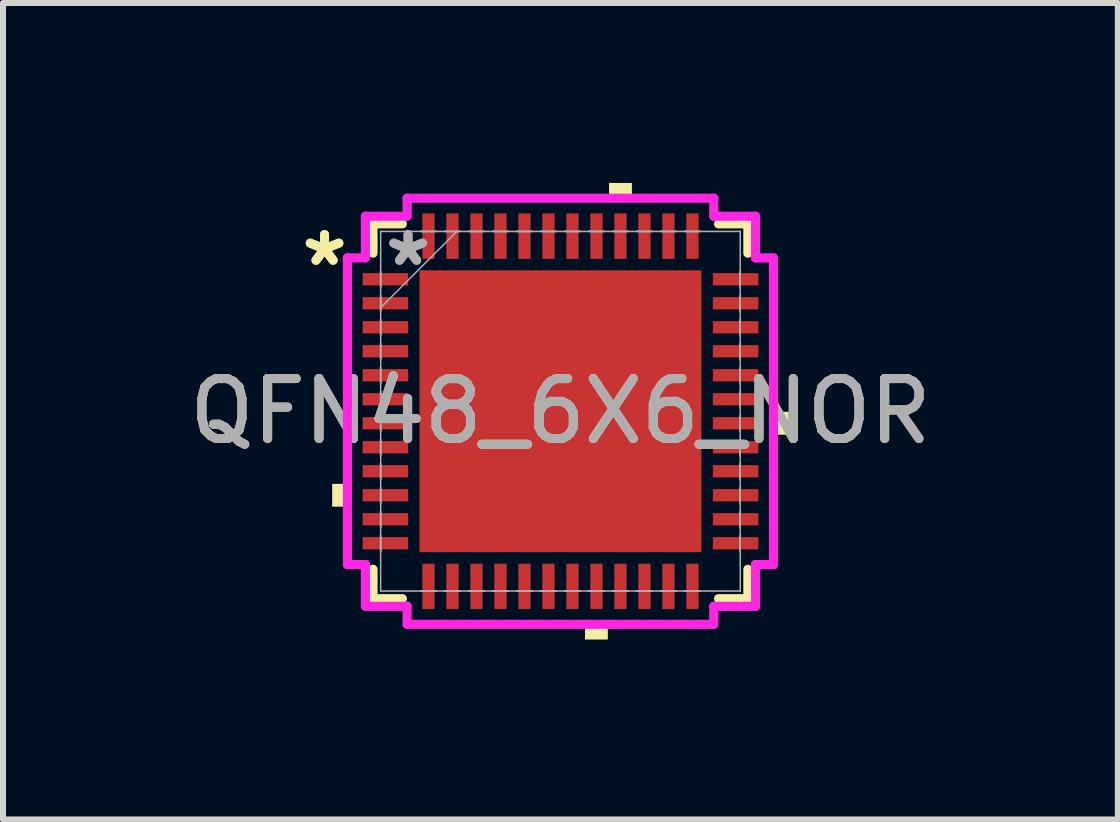
<source format=kicad_pcb>
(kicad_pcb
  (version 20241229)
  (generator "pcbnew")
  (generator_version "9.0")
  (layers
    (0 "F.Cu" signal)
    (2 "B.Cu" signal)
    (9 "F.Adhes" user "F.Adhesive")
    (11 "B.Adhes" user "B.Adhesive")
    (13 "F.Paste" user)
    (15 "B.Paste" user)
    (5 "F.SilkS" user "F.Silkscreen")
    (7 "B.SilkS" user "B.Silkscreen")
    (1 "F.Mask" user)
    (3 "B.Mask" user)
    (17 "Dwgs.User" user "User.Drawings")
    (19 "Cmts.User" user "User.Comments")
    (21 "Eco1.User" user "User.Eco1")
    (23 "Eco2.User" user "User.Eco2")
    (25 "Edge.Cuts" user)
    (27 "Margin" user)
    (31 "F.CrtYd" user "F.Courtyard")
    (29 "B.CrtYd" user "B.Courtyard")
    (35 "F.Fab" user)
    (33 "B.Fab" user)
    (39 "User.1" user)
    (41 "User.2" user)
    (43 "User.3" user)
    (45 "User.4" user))
  (footprint "QFN48_6X6_NOR"
    (layer "F.Cu")
    (at 6.292 3.805)
    (property "Reference" "QFN48_6X6_NOR" (at 0 0 0) (unlocked yes) (layer "F.SilkS") (effects (font (size 1 1) (thickness 0.15))))
    (attr smd)
    (fp_line (start -3.124 -3.124) (end -3.124 -2.635) (stroke (width 0.152) (type solid)) (layer "F.SilkS"))
    (fp_line (start -3.124 2.635) (end -3.124 3.124) (stroke (width 0.152) (type solid)) (layer "F.SilkS"))
    (fp_line (start -3.124 3.124) (end -2.635 3.124) (stroke (width 0.152) (type solid)) (layer "F.SilkS"))
    (fp_line (start -2.635 -3.124) (end -3.124 -3.124) (stroke (width 0.152) (type solid)) (layer "F.SilkS"))
    (fp_line (start 2.635 3.124) (end 3.124 3.124) (stroke (width 0.152) (type solid)) (layer "F.SilkS"))
    (fp_line (start 3.124 -3.124) (end 2.635 -3.124) (stroke (width 0.152) (type solid)) (layer "F.SilkS"))
    (fp_line (start 3.124 -2.635) (end 3.124 -3.124) (stroke (width 0.152) (type solid)) (layer "F.SilkS"))
    (fp_line (start 3.124 3.124) (end 3.124 2.635) (stroke (width 0.152) (type solid)) (layer "F.SilkS"))
    (fp_poly (pts (xy -3.805 1.21) (xy -3.805 1.591) (xy -3.551 1.591) (xy -3.551 1.21)) (stroke (width 0) (type solid)) (fill yes) (layer "F.SilkS"))
    (fp_poly (pts (xy 0.409 3.551) (xy 0.409 3.805) (xy 0.79 3.805) (xy 0.79 3.551)) (stroke (width 0) (type solid)) (fill yes) (layer "F.SilkS"))
    (fp_poly (pts (xy 0.81 -3.551) (xy 0.81 -3.805) (xy 1.191 -3.805) (xy 1.191 -3.551)) (stroke (width 0) (type solid)) (fill yes) (layer "F.SilkS"))
    (fp_poly (pts (xy 3.805 0.009) (xy 3.805 0.391) (xy 3.551 0.391) (xy 3.551 0.009)) (stroke (width 0) (type solid)) (fill yes) (layer "F.SilkS"))
    (fp_poly (pts (xy -2.249 -2.249) (xy -2.249 -0.883) (xy -0.883 -0.883) (xy -0.883 -2.249)) (stroke (width 0) (type solid)) (fill yes) (layer "F.Paste"))
    (fp_poly (pts (xy -2.249 -0.683) (xy -2.249 0.683) (xy -0.883 0.683) (xy -0.883 -0.683)) (stroke (width 0) (type solid)) (fill yes) (layer "F.Paste"))
    (fp_poly (pts (xy -2.249 0.883) (xy -2.249 2.249) (xy -0.883 2.249) (xy -0.883 0.883)) (stroke (width 0) (type solid)) (fill yes) (layer "F.Paste"))
    (fp_poly (pts (xy -0.683 -2.249) (xy -0.683 -0.883) (xy 0.683 -0.883) (xy 0.683 -2.249)) (stroke (width 0) (type solid)) (fill yes) (layer "F.Paste"))
    (fp_poly (pts (xy -0.683 -0.683) (xy -0.683 0.683) (xy 0.683 0.683) (xy 0.683 -0.683)) (stroke (width 0) (type solid)) (fill yes) (layer "F.Paste"))
    (fp_poly (pts (xy -0.683 0.883) (xy -0.683 2.249) (xy 0.683 2.249) (xy 0.683 0.883)) (stroke (width 0) (type solid)) (fill yes) (layer "F.Paste"))
    (fp_poly (pts (xy 0.883 -2.249) (xy 0.883 -0.883) (xy 2.249 -0.883) (xy 2.249 -2.249)) (stroke (width 0) (type solid)) (fill yes) (layer "F.Paste"))
    (fp_poly (pts (xy 0.883 -0.683) (xy 0.883 0.683) (xy 2.249 0.683) (xy 2.249 -0.683)) (stroke (width 0) (type solid)) (fill yes) (layer "F.Paste"))
    (fp_poly (pts (xy 0.883 0.883) (xy 0.883 2.249) (xy 2.249 2.249) (xy 2.249 0.883)) (stroke (width 0) (type solid)) (fill yes) (layer "F.Paste"))
    (fp_line (start -3.551 -2.556) (end -3.251 -2.556) (stroke (width 0.152) (type solid)) (layer "F.CrtYd"))
    (fp_line (start -3.551 2.556) (end -3.551 -2.556) (stroke (width 0.152) (type solid)) (layer "F.CrtYd"))
    (fp_line (start -3.251 -3.251) (end -2.556 -3.251) (stroke (width 0.152) (type solid)) (layer "F.CrtYd"))
    (fp_line (start -3.251 -2.556) (end -3.251 -3.251) (stroke (width 0.152) (type solid)) (layer "F.CrtYd"))
    (fp_line (start -3.251 2.556) (end -3.551 2.556) (stroke (width 0.152) (type solid)) (layer "F.CrtYd"))
    (fp_line (start -3.251 3.251) (end -3.251 2.556) (stroke (width 0.152) (type solid)) (layer "F.CrtYd"))
    (fp_line (start -2.556 -3.551) (end 2.556 -3.551) (stroke (width 0.152) (type solid)) (layer "F.CrtYd"))
    (fp_line (start -2.556 -3.251) (end -2.556 -3.551) (stroke (width 0.152) (type solid)) (layer "F.CrtYd"))
    (fp_line (start -2.556 3.251) (end -3.251 3.251) (stroke (width 0.152) (type solid)) (layer "F.CrtYd"))
    (fp_line (start -2.556 3.551) (end -2.556 3.251) (stroke (width 0.152) (type solid)) (layer "F.CrtYd"))
    (fp_line (start 2.556 -3.551) (end 2.556 -3.251) (stroke (width 0.152) (type solid)) (layer "F.CrtYd"))
    (fp_line (start 2.556 -3.251) (end 3.251 -3.251) (stroke (width 0.152) (type solid)) (layer "F.CrtYd"))
    (fp_line (start 2.556 3.251) (end 2.556 3.551) (stroke (width 0.152) (type solid)) (layer "F.CrtYd"))
    (fp_line (start 2.556 3.551) (end -2.556 3.551) (stroke (width 0.152) (type solid)) (layer "F.CrtYd"))
    (fp_line (start 3.251 -3.251) (end 3.251 -2.556) (stroke (width 0.152) (type solid)) (layer "F.CrtYd"))
    (fp_line (start 3.251 -2.556) (end 3.551 -2.556) (stroke (width 0.152) (type solid)) (layer "F.CrtYd"))
    (fp_line (start 3.251 2.556) (end 3.251 3.251) (stroke (width 0.152) (type solid)) (layer "F.CrtYd"))
    (fp_line (start 3.251 3.251) (end 2.556 3.251) (stroke (width 0.152) (type solid)) (layer "F.CrtYd"))
    (fp_line (start 3.551 -2.556) (end 3.551 2.556) (stroke (width 0.152) (type solid)) (layer "F.CrtYd"))
    (fp_line (start 3.551 2.556) (end 3.251 2.556) (stroke (width 0.152) (type solid)) (layer "F.CrtYd"))
    (fp_line (start -2.997 -2.997) (end -2.997 -2.997) (stroke (width 0.025) (type solid)) (layer "F.Fab"))
    (fp_line (start -2.997 -2.997) (end -2.997 2.997) (stroke (width 0.025) (type solid)) (layer "F.Fab"))
    (fp_line (start -2.997 -2.327) (end -2.997 -2.327) (stroke (width 0.025) (type solid)) (layer "F.Fab"))
    (fp_line (start -2.997 -2.327) (end -2.997 -2.073) (stroke (width 0.025) (type solid)) (layer "F.Fab"))
    (fp_line (start -2.997 -2.073) (end -2.997 -2.327) (stroke (width 0.025) (type solid)) (layer "F.Fab"))
    (fp_line (start -2.997 -2.073) (end -2.997 -2.073) (stroke (width 0.025) (type solid)) (layer "F.Fab"))
    (fp_line (start -2.997 -1.927) (end -2.997 -1.927) (stroke (width 0.025) (type solid)) (layer "F.Fab"))
    (fp_line (start -2.997 -1.927) (end -2.997 -1.673) (stroke (width 0.025) (type solid)) (layer "F.Fab"))
    (fp_line (start -2.997 -1.727) (end -1.727 -2.997) (stroke (width 0.025) (type solid)) (layer "F.Fab"))
    (fp_line (start -2.997 -1.673) (end -2.997 -1.927) (stroke (width 0.025) (type solid)) (layer "F.Fab"))
    (fp_line (start -2.997 -1.673) (end -2.997 -1.673) (stroke (width 0.025) (type solid)) (layer "F.Fab"))
    (fp_line (start -2.997 -1.527) (end -2.997 -1.527) (stroke (width 0.025) (type solid)) (layer "F.Fab"))
    (fp_line (start -2.997 -1.527) (end -2.997 -1.273) (stroke (width 0.025) (type solid)) (layer "F.Fab"))
    (fp_line (start -2.997 -1.273) (end -2.997 -1.527) (stroke (width 0.025) (type solid)) (layer "F.Fab"))
    (fp_line (start -2.997 -1.273) (end -2.997 -1.273) (stroke (width 0.025) (type solid)) (layer "F.Fab"))
    (fp_line (start -2.997 -1.127) (end -2.997 -1.127) (stroke (width 0.025) (type solid)) (layer "F.Fab"))
    (fp_line (start -2.997 -1.127) (end -2.997 -0.873) (stroke (width 0.025) (type solid)) (layer "F.Fab"))
    (fp_line (start -2.997 -0.873) (end -2.997 -1.127) (stroke (width 0.025) (type solid)) (layer "F.Fab"))
    (fp_line (start -2.997 -0.873) (end -2.997 -0.873) (stroke (width 0.025) (type solid)) (layer "F.Fab"))
    (fp_line (start -2.997 -0.727) (end -2.997 -0.727) (stroke (width 0.025) (type solid)) (layer "F.Fab"))
    (fp_line (start -2.997 -0.727) (end -2.997 -0.473) (stroke (width 0.025) (type solid)) (layer "F.Fab"))
    (fp_line (start -2.997 -0.473) (end -2.997 -0.727) (stroke (width 0.025) (type solid)) (layer "F.Fab"))
    (fp_line (start -2.997 -0.473) (end -2.997 -0.473) (stroke (width 0.025) (type solid)) (layer "F.Fab"))
    (fp_line (start -2.997 -0.327) (end -2.997 -0.327) (stroke (width 0.025) (type solid)) (layer "F.Fab"))
    (fp_line (start -2.997 -0.327) (end -2.997 -0.073) (stroke (width 0.025) (type solid)) (layer "F.Fab"))
    (fp_line (start -2.997 -0.073) (end -2.997 -0.327) (stroke (width 0.025) (type solid)) (layer "F.Fab"))
    (fp_line (start -2.997 -0.073) (end -2.997 -0.073) (stroke (width 0.025) (type solid)) (layer "F.Fab"))
    (fp_line (start -2.997 0.073) (end -2.997 0.073) (stroke (width 0.025) (type solid)) (layer "F.Fab"))
    (fp_line (start -2.997 0.073) (end -2.997 0.327) (stroke (width 0.025) (type solid)) (layer "F.Fab"))
    (fp_line (start -2.997 0.327) (end -2.997 0.073) (stroke (width 0.025) (type solid)) (layer "F.Fab"))
    (fp_line (start -2.997 0.327) (end -2.997 0.327) (stroke (width 0.025) (type solid)) (layer "F.Fab"))
    (fp_line (start -2.997 0.473) (end -2.997 0.473) (stroke (width 0.025) (type solid)) (layer "F.Fab"))
    (fp_line (start -2.997 0.473) (end -2.997 0.727) (stroke (width 0.025) (type solid)) (layer "F.Fab"))
    (fp_line (start -2.997 0.727) (end -2.997 0.473) (stroke (width 0.025) (type solid)) (layer "F.Fab"))
    (fp_line (start -2.997 0.727) (end -2.997 0.727) (stroke (width 0.025) (type solid)) (layer "F.Fab"))
    (fp_line (start -2.997 0.873) (end -2.997 0.873) (stroke (width 0.025) (type solid)) (layer "F.Fab"))
    (fp_line (start -2.997 0.873) (end -2.997 1.127) (stroke (width 0.025) (type solid)) (layer "F.Fab"))
    (fp_line (start -2.997 1.127) (end -2.997 0.873) (stroke (width 0.025) (type solid)) (layer "F.Fab"))
    (fp_line (start -2.997 1.127) (end -2.997 1.127) (stroke (width 0.025) (type solid)) (layer "F.Fab"))
    (fp_line (start -2.997 1.273) (end -2.997 1.273) (stroke (width 0.025) (type solid)) (layer "F.Fab"))
    (fp_line (start -2.997 1.273) (end -2.997 1.527) (stroke (width 0.025) (type solid)) (layer "F.Fab"))
    (fp_line (start -2.997 1.527) (end -2.997 1.273) (stroke (width 0.025) (type solid)) (layer "F.Fab"))
    (fp_line (start -2.997 1.527) (end -2.997 1.527) (stroke (width 0.025) (type solid)) (layer "F.Fab"))
    (fp_line (start -2.997 1.673) (end -2.997 1.673) (stroke (width 0.025) (type solid)) (layer "F.Fab"))
    (fp_line (start -2.997 1.673) (end -2.997 1.927) (stroke (width 0.025) (type solid)) (layer "F.Fab"))
    (fp_line (start -2.997 1.927) (end -2.997 1.673) (stroke (width 0.025) (type solid)) (layer "F.Fab"))
    (fp_line (start -2.997 1.927) (end -2.997 1.927) (stroke (width 0.025) (type solid)) (layer "F.Fab"))
    (fp_line (start -2.997 2.073) (end -2.997 2.073) (stroke (width 0.025) (type solid)) (layer "F.Fab"))
    (fp_line (start -2.997 2.073) (end -2.997 2.327) (stroke (width 0.025) (type solid)) (layer "F.Fab"))
    (fp_line (start -2.997 2.327) (end -2.997 2.073) (stroke (width 0.025) (type solid)) (layer "F.Fab"))
    (fp_line (start -2.997 2.327) (end -2.997 2.327) (stroke (width 0.025) (type solid)) (layer "F.Fab"))
    (fp_line (start -2.997 2.997) (end -2.997 2.997) (stroke (width 0.025) (type solid)) (layer "F.Fab"))
    (fp_line (start -2.997 2.997) (end 2.997 2.997) (stroke (width 0.025) (type solid)) (layer "F.Fab"))
    (fp_line (start -2.327 -2.997) (end -2.327 -2.997) (stroke (width 0.025) (type solid)) (layer "F.Fab"))
    (fp_line (start -2.327 -2.997) (end -2.073 -2.997) (stroke (width 0.025) (type solid)) (layer "F.Fab"))
    (fp_line (start -2.327 2.997) (end -2.327 2.997) (stroke (width 0.025) (type solid)) (layer "F.Fab"))
    (fp_line (start -2.327 2.997) (end -2.073 2.997) (stroke (width 0.025) (type solid)) (layer "F.Fab"))
    (fp_line (start -2.073 -2.997) (end -2.327 -2.997) (stroke (width 0.025) (type solid)) (layer "F.Fab"))
    (fp_line (start -2.073 -2.997) (end -2.073 -2.997) (stroke (width 0.025) (type solid)) (layer "F.Fab"))
    (fp_line (start -2.073 2.997) (end -2.327 2.997) (stroke (width 0.025) (type solid)) (layer "F.Fab"))
    (fp_line (start -2.073 2.997) (end -2.073 2.997) (stroke (width 0.025) (type solid)) (layer "F.Fab"))
    (fp_line (start -1.927 -2.997) (end -1.927 -2.997) (stroke (width 0.025) (type solid)) (layer "F.Fab"))
    (fp_line (start -1.927 -2.997) (end -1.673 -2.997) (stroke (width 0.025) (type solid)) (layer "F.Fab"))
    (fp_line (start -1.927 2.997) (end -1.927 2.997) (stroke (width 0.025) (type solid)) (layer "F.Fab"))
    (fp_line (start -1.927 2.997) (end -1.673 2.997) (stroke (width 0.025) (type solid)) (layer "F.Fab"))
    (fp_line (start -1.673 -2.997) (end -1.927 -2.997) (stroke (width 0.025) (type solid)) (layer "F.Fab"))
    (fp_line (start -1.673 -2.997) (end -1.673 -2.997) (stroke (width 0.025) (type solid)) (layer "F.Fab"))
    (fp_line (start -1.673 2.997) (end -1.927 2.997) (stroke (width 0.025) (type solid)) (layer "F.Fab"))
    (fp_line (start -1.673 2.997) (end -1.673 2.997) (stroke (width 0.025) (type solid)) (layer "F.Fab"))
    (fp_line (start -1.527 -2.997) (end -1.527 -2.997) (stroke (width 0.025) (type solid)) (layer "F.Fab"))
    (fp_line (start -1.527 -2.997) (end -1.273 -2.997) (stroke (width 0.025) (type solid)) (layer "F.Fab"))
    (fp_line (start -1.527 2.997) (end -1.527 2.997) (stroke (width 0.025) (type solid)) (layer "F.Fab"))
    (fp_line (start -1.527 2.997) (end -1.273 2.997) (stroke (width 0.025) (type solid)) (layer "F.Fab"))
    (fp_line (start -1.273 -2.997) (end -1.527 -2.997) (stroke (width 0.025) (type solid)) (layer "F.Fab"))
    (fp_line (start -1.273 -2.997) (end -1.273 -2.997) (stroke (width 0.025) (type solid)) (layer "F.Fab"))
    (fp_line (start -1.273 2.997) (end -1.527 2.997) (stroke (width 0.025) (type solid)) (layer "F.Fab"))
    (fp_line (start -1.273 2.997) (end -1.273 2.997) (stroke (width 0.025) (type solid)) (layer "F.Fab"))
    (fp_line (start -1.127 -2.997) (end -1.127 -2.997) (stroke (width 0.025) (type solid)) (layer "F.Fab"))
    (fp_line (start -1.127 -2.997) (end -0.873 -2.997) (stroke (width 0.025) (type solid)) (layer "F.Fab"))
    (fp_line (start -1.127 2.997) (end -1.127 2.997) (stroke (width 0.025) (type solid)) (layer "F.Fab"))
    (fp_line (start -1.127 2.997) (end -0.873 2.997) (stroke (width 0.025) (type solid)) (layer "F.Fab"))
    (fp_line (start -0.873 -2.997) (end -1.127 -2.997) (stroke (width 0.025) (type solid)) (layer "F.Fab"))
    (fp_line (start -0.873 -2.997) (end -0.873 -2.997) (stroke (width 0.025) (type solid)) (layer "F.Fab"))
    (fp_line (start -0.873 2.997) (end -1.127 2.997) (stroke (width 0.025) (type solid)) (layer "F.Fab"))
    (fp_line (start -0.873 2.997) (end -0.873 2.997) (stroke (width 0.025) (type solid)) (layer "F.Fab"))
    (fp_line (start -0.727 -2.997) (end -0.727 -2.997) (stroke (width 0.025) (type solid)) (layer "F.Fab"))
    (fp_line (start -0.727 -2.997) (end -0.473 -2.997) (stroke (width 0.025) (type solid)) (layer "F.Fab"))
    (fp_line (start -0.727 2.997) (end -0.727 2.997) (stroke (width 0.025) (type solid)) (layer "F.Fab"))
    (fp_line (start -0.727 2.997) (end -0.473 2.997) (stroke (width 0.025) (type solid)) (layer "F.Fab"))
    (fp_line (start -0.473 -2.997) (end -0.727 -2.997) (stroke (width 0.025) (type solid)) (layer "F.Fab"))
    (fp_line (start -0.473 -2.997) (end -0.473 -2.997) (stroke (width 0.025) (type solid)) (layer "F.Fab"))
    (fp_line (start -0.473 2.997) (end -0.727 2.997) (stroke (width 0.025) (type solid)) (layer "F.Fab"))
    (fp_line (start -0.473 2.997) (end -0.473 2.997) (stroke (width 0.025) (type solid)) (layer "F.Fab"))
    (fp_line (start -0.327 -2.997) (end -0.327 -2.997) (stroke (width 0.025) (type solid)) (layer "F.Fab"))
    (fp_line (start -0.327 -2.997) (end -0.073 -2.997) (stroke (width 0.025) (type solid)) (layer "F.Fab"))
    (fp_line (start -0.327 2.997) (end -0.327 2.997) (stroke (width 0.025) (type solid)) (layer "F.Fab"))
    (fp_line (start -0.327 2.997) (end -0.073 2.997) (stroke (width 0.025) (type solid)) (layer "F.Fab"))
    (fp_line (start -0.073 -2.997) (end -0.327 -2.997) (stroke (width 0.025) (type solid)) (layer "F.Fab"))
    (fp_line (start -0.073 -2.997) (end -0.073 -2.997) (stroke (width 0.025) (type solid)) (layer "F.Fab"))
    (fp_line (start -0.073 2.997) (end -0.327 2.997) (stroke (width 0.025) (type solid)) (layer "F.Fab"))
    (fp_line (start -0.073 2.997) (end -0.073 2.997) (stroke (width 0.025) (type solid)) (layer "F.Fab"))
    (fp_line (start 0.073 -2.997) (end 0.073 -2.997) (stroke (width 0.025) (type solid)) (layer "F.Fab"))
    (fp_line (start 0.073 -2.997) (end 0.327 -2.997) (stroke (width 0.025) (type solid)) (layer "F.Fab"))
    (fp_line (start 0.073 2.997) (end 0.073 2.997) (stroke (width 0.025) (type solid)) (layer "F.Fab"))
    (fp_line (start 0.073 2.997) (end 0.327 2.997) (stroke (width 0.025) (type solid)) (layer "F.Fab"))
    (fp_line (start 0.327 -2.997) (end 0.073 -2.997) (stroke (width 0.025) (type solid)) (layer "F.Fab"))
    (fp_line (start 0.327 -2.997) (end 0.327 -2.997) (stroke (width 0.025) (type solid)) (layer "F.Fab"))
    (fp_line (start 0.327 2.997) (end 0.073 2.997) (stroke (width 0.025) (type solid)) (layer "F.Fab"))
    (fp_line (start 0.327 2.997) (end 0.327 2.997) (stroke (width 0.025) (type solid)) (layer "F.Fab"))
    (fp_line (start 0.473 -2.997) (end 0.473 -2.997) (stroke (width 0.025) (type solid)) (layer "F.Fab"))
    (fp_line (start 0.473 -2.997) (end 0.727 -2.997) (stroke (width 0.025) (type solid)) (layer "F.Fab"))
    (fp_line (start 0.473 2.997) (end 0.473 2.997) (stroke (width 0.025) (type solid)) (layer "F.Fab"))
    (fp_line (start 0.473 2.997) (end 0.727 2.997) (stroke (width 0.025) (type solid)) (layer "F.Fab"))
    (fp_line (start 0.727 -2.997) (end 0.473 -2.997) (stroke (width 0.025) (type solid)) (layer "F.Fab"))
    (fp_line (start 0.727 -2.997) (end 0.727 -2.997) (stroke (width 0.025) (type solid)) (layer "F.Fab"))
    (fp_line (start 0.727 2.997) (end 0.473 2.997) (stroke (width 0.025) (type solid)) (layer "F.Fab"))
    (fp_line (start 0.727 2.997) (end 0.727 2.997) (stroke (width 0.025) (type solid)) (layer "F.Fab"))
    (fp_line (start 0.873 -2.997) (end 0.873 -2.997) (stroke (width 0.025) (type solid)) (layer "F.Fab"))
    (fp_line (start 0.873 -2.997) (end 1.127 -2.997) (stroke (width 0.025) (type solid)) (layer "F.Fab"))
    (fp_line (start 0.873 2.997) (end 0.873 2.997) (stroke (width 0.025) (type solid)) (layer "F.Fab"))
    (fp_line (start 0.873 2.997) (end 1.127 2.997) (stroke (width 0.025) (type solid)) (layer "F.Fab"))
    (fp_line (start 1.127 -2.997) (end 0.873 -2.997) (stroke (width 0.025) (type solid)) (layer "F.Fab"))
    (fp_line (start 1.127 -2.997) (end 1.127 -2.997) (stroke (width 0.025) (type solid)) (layer "F.Fab"))
    (fp_line (start 1.127 2.997) (end 0.873 2.997) (stroke (width 0.025) (type solid)) (layer "F.Fab"))
    (fp_line (start 1.127 2.997) (end 1.127 2.997) (stroke (width 0.025) (type solid)) (layer "F.Fab"))
    (fp_line (start 1.273 -2.997) (end 1.273 -2.997) (stroke (width 0.025) (type solid)) (layer "F.Fab"))
    (fp_line (start 1.273 -2.997) (end 1.527 -2.997) (stroke (width 0.025) (type solid)) (layer "F.Fab"))
    (fp_line (start 1.273 2.997) (end 1.273 2.997) (stroke (width 0.025) (type solid)) (layer "F.Fab"))
    (fp_line (start 1.273 2.997) (end 1.527 2.997) (stroke (width 0.025) (type solid)) (layer "F.Fab"))
    (fp_line (start 1.527 -2.997) (end 1.273 -2.997) (stroke (width 0.025) (type solid)) (layer "F.Fab"))
    (fp_line (start 1.527 -2.997) (end 1.527 -2.997) (stroke (width 0.025) (type solid)) (layer "F.Fab"))
    (fp_line (start 1.527 2.997) (end 1.273 2.997) (stroke (width 0.025) (type solid)) (layer "F.Fab"))
    (fp_line (start 1.527 2.997) (end 1.527 2.997) (stroke (width 0.025) (type solid)) (layer "F.Fab"))
    (fp_line (start 1.673 -2.997) (end 1.673 -2.997) (stroke (width 0.025) (type solid)) (layer "F.Fab"))
    (fp_line (start 1.673 -2.997) (end 1.927 -2.997) (stroke (width 0.025) (type solid)) (layer "F.Fab"))
    (fp_line (start 1.673 2.997) (end 1.673 2.997) (stroke (width 0.025) (type solid)) (layer "F.Fab"))
    (fp_line (start 1.673 2.997) (end 1.927 2.997) (stroke (width 0.025) (type solid)) (layer "F.Fab"))
    (fp_line (start 1.927 -2.997) (end 1.673 -2.997) (stroke (width 0.025) (type solid)) (layer "F.Fab"))
    (fp_line (start 1.927 -2.997) (end 1.927 -2.997) (stroke (width 0.025) (type solid)) (layer "F.Fab"))
    (fp_line (start 1.927 2.997) (end 1.673 2.997) (stroke (width 0.025) (type solid)) (layer "F.Fab"))
    (fp_line (start 1.927 2.997) (end 1.927 2.997) (stroke (width 0.025) (type solid)) (layer "F.Fab"))
    (fp_line (start 2.073 -2.997) (end 2.073 -2.997) (stroke (width 0.025) (type solid)) (layer "F.Fab"))
    (fp_line (start 2.073 -2.997) (end 2.327 -2.997) (stroke (width 0.025) (type solid)) (layer "F.Fab"))
    (fp_line (start 2.073 2.997) (end 2.073 2.997) (stroke (width 0.025) (type solid)) (layer "F.Fab"))
    (fp_line (start 2.073 2.997) (end 2.327 2.997) (stroke (width 0.025) (type solid)) (layer "F.Fab"))
    (fp_line (start 2.327 -2.997) (end 2.073 -2.997) (stroke (width 0.025) (type solid)) (layer "F.Fab"))
    (fp_line (start 2.327 -2.997) (end 2.327 -2.997) (stroke (width 0.025) (type solid)) (layer "F.Fab"))
    (fp_line (start 2.327 2.997) (end 2.073 2.997) (stroke (width 0.025) (type solid)) (layer "F.Fab"))
    (fp_line (start 2.327 2.997) (end 2.327 2.997) (stroke (width 0.025) (type solid)) (layer "F.Fab"))
    (fp_line (start 2.997 -2.997) (end -2.997 -2.997) (stroke (width 0.025) (type solid)) (layer "F.Fab"))
    (fp_line (start 2.997 -2.997) (end 2.997 -2.997) (stroke (width 0.025) (type solid)) (layer "F.Fab"))
    (fp_line (start 2.997 -2.327) (end 2.997 -2.327) (stroke (width 0.025) (type solid)) (layer "F.Fab"))
    (fp_line (start 2.997 -2.327) (end 2.997 -2.073) (stroke (width 0.025) (type solid)) (layer "F.Fab"))
    (fp_line (start 2.997 -2.073) (end 2.997 -2.327) (stroke (width 0.025) (type solid)) (layer "F.Fab"))
    (fp_line (start 2.997 -2.073) (end 2.997 -2.073) (stroke (width 0.025) (type solid)) (layer "F.Fab"))
    (fp_line (start 2.997 -1.927) (end 2.997 -1.927) (stroke (width 0.025) (type solid)) (layer "F.Fab"))
    (fp_line (start 2.997 -1.927) (end 2.997 -1.673) (stroke (width 0.025) (type solid)) (layer "F.Fab"))
    (fp_line (start 2.997 -1.673) (end 2.997 -1.927) (stroke (width 0.025) (type solid)) (layer "F.Fab"))
    (fp_line (start 2.997 -1.673) (end 2.997 -1.673) (stroke (width 0.025) (type solid)) (layer "F.Fab"))
    (fp_line (start 2.997 -1.527) (end 2.997 -1.527) (stroke (width 0.025) (type solid)) (layer "F.Fab"))
    (fp_line (start 2.997 -1.527) (end 2.997 -1.273) (stroke (width 0.025) (type solid)) (layer "F.Fab"))
    (fp_line (start 2.997 -1.273) (end 2.997 -1.527) (stroke (width 0.025) (type solid)) (layer "F.Fab"))
    (fp_line (start 2.997 -1.273) (end 2.997 -1.273) (stroke (width 0.025) (type solid)) (layer "F.Fab"))
    (fp_line (start 2.997 -1.127) (end 2.997 -1.127) (stroke (width 0.025) (type solid)) (layer "F.Fab"))
    (fp_line (start 2.997 -1.127) (end 2.997 -0.873) (stroke (width 0.025) (type solid)) (layer "F.Fab"))
    (fp_line (start 2.997 -0.873) (end 2.997 -1.127) (stroke (width 0.025) (type solid)) (layer "F.Fab"))
    (fp_line (start 2.997 -0.873) (end 2.997 -0.873) (stroke (width 0.025) (type solid)) (layer "F.Fab"))
    (fp_line (start 2.997 -0.727) (end 2.997 -0.727) (stroke (width 0.025) (type solid)) (layer "F.Fab"))
    (fp_line (start 2.997 -0.727) (end 2.997 -0.473) (stroke (width 0.025) (type solid)) (layer "F.Fab"))
    (fp_line (start 2.997 -0.473) (end 2.997 -0.727) (stroke (width 0.025) (type solid)) (layer "F.Fab"))
    (fp_line (start 2.997 -0.473) (end 2.997 -0.473) (stroke (width 0.025) (type solid)) (layer "F.Fab"))
    (fp_line (start 2.997 -0.327) (end 2.997 -0.327) (stroke (width 0.025) (type solid)) (layer "F.Fab"))
    (fp_line (start 2.997 -0.327) (end 2.997 -0.073) (stroke (width 0.025) (type solid)) (layer "F.Fab"))
    (fp_line (start 2.997 -0.073) (end 2.997 -0.327) (stroke (width 0.025) (type solid)) (layer "F.Fab"))
    (fp_line (start 2.997 -0.073) (end 2.997 -0.073) (stroke (width 0.025) (type solid)) (layer "F.Fab"))
    (fp_line (start 2.997 0.073) (end 2.997 0.073) (stroke (width 0.025) (type solid)) (layer "F.Fab"))
    (fp_line (start 2.997 0.073) (end 2.997 0.327) (stroke (width 0.025) (type solid)) (layer "F.Fab"))
    (fp_line (start 2.997 0.327) (end 2.997 0.073) (stroke (width 0.025) (type solid)) (layer "F.Fab"))
    (fp_line (start 2.997 0.327) (end 2.997 0.327) (stroke (width 0.025) (type solid)) (layer "F.Fab"))
    (fp_line (start 2.997 0.473) (end 2.997 0.473) (stroke (width 0.025) (type solid)) (layer "F.Fab"))
    (fp_line (start 2.997 0.473) (end 2.997 0.727) (stroke (width 0.025) (type solid)) (layer "F.Fab"))
    (fp_line (start 2.997 0.727) (end 2.997 0.473) (stroke (width 0.025) (type solid)) (layer "F.Fab"))
    (fp_line (start 2.997 0.727) (end 2.997 0.727) (stroke (width 0.025) (type solid)) (layer "F.Fab"))
    (fp_line (start 2.997 0.873) (end 2.997 0.873) (stroke (width 0.025) (type solid)) (layer "F.Fab"))
    (fp_line (start 2.997 0.873) (end 2.997 1.127) (stroke (width 0.025) (type solid)) (layer "F.Fab"))
    (fp_line (start 2.997 1.127) (end 2.997 0.873) (stroke (width 0.025) (type solid)) (layer "F.Fab"))
    (fp_line (start 2.997 1.127) (end 2.997 1.127) (stroke (width 0.025) (type solid)) (layer "F.Fab"))
    (fp_line (start 2.997 1.273) (end 2.997 1.273) (stroke (width 0.025) (type solid)) (layer "F.Fab"))
    (fp_line (start 2.997 1.273) (end 2.997 1.527) (stroke (width 0.025) (type solid)) (layer "F.Fab"))
    (fp_line (start 2.997 1.527) (end 2.997 1.273) (stroke (width 0.025) (type solid)) (layer "F.Fab"))
    (fp_line (start 2.997 1.527) (end 2.997 1.527) (stroke (width 0.025) (type solid)) (layer "F.Fab"))
    (fp_line (start 2.997 1.673) (end 2.997 1.673) (stroke (width 0.025) (type solid)) (layer "F.Fab"))
    (fp_line (start 2.997 1.673) (end 2.997 1.927) (stroke (width 0.025) (type solid)) (layer "F.Fab"))
    (fp_line (start 2.997 1.927) (end 2.997 1.673) (stroke (width 0.025) (type solid)) (layer "F.Fab"))
    (fp_line (start 2.997 1.927) (end 2.997 1.927) (stroke (width 0.025) (type solid)) (layer "F.Fab"))
    (fp_line (start 2.997 2.073) (end 2.997 2.073) (stroke (width 0.025) (type solid)) (layer "F.Fab"))
    (fp_line (start 2.997 2.073) (end 2.997 2.327) (stroke (width 0.025) (type solid)) (layer "F.Fab"))
    (fp_line (start 2.997 2.327) (end 2.997 2.073) (stroke (width 0.025) (type solid)) (layer "F.Fab"))
    (fp_line (start 2.997 2.327) (end 2.997 2.327) (stroke (width 0.025) (type solid)) (layer "F.Fab"))
    (fp_line (start 2.997 2.997) (end 2.997 -2.997) (stroke (width 0.025) (type solid)) (layer "F.Fab"))
    (fp_line (start 2.997 2.997) (end 2.997 2.997) (stroke (width 0.025) (type solid)) (layer "F.Fab"))
    (fp_text user "*" (at -3.932 -2.4 0) (layer "F.SilkS") (effects (font (size 1 1) (thickness 0.15))))
    (fp_text user "*" (at -3.932 -2.4 0) (unlocked yes) (layer "F.SilkS") (effects (font (size 1 1) (thickness 0.15))))
    (fp_text user "*" (at -2.54 -2.4 0) (layer "F.Fab") (effects (font (size 1 1) (thickness 0.15))))
    (fp_text user "${REFERENCE}" (at 0 0 0) (unlocked yes) (layer "F.Fab") (effects (font (size 1 1) (thickness 0.15))))
    (fp_text user "*" (at -2.54 -2.4 0) (unlocked yes) (layer "F.Fab") (effects (font (size 1 1) (thickness 0.15))))
    (pad "1" smd rect (at -2.919 -2.2 90) (size 0.204 0.757) (layers "F.Cu" "F.Mask" "F.Paste"))
    (pad "2" smd rect (at -2.919 -1.8 90) (size 0.204 0.757) (layers "F.Cu" "F.Mask" "F.Paste"))
    (pad "3" smd rect (at -2.919 -1.4 90) (size 0.204 0.757) (layers "F.Cu" "F.Mask" "F.Paste"))
    (pad "4" smd rect (at -2.919 -1 90) (size 0.204 0.757) (layers "F.Cu" "F.Mask" "F.Paste"))
    (pad "5" smd rect (at -2.919 -0.6 90) (size 0.204 0.757) (layers "F.Cu" "F.Mask" "F.Paste"))
    (pad "6" smd rect (at -2.919 -0.2 90) (size 0.204 0.757) (layers "F.Cu" "F.Mask" "F.Paste"))
    (pad "7" smd rect (at -2.919 0.2 90) (size 0.204 0.757) (layers "F.Cu" "F.Mask" "F.Paste"))
    (pad "8" smd rect (at -2.919 0.6 90) (size 0.204 0.757) (layers "F.Cu" "F.Mask" "F.Paste"))
    (pad "9" smd rect (at -2.919 1 90) (size 0.204 0.757) (layers "F.Cu" "F.Mask" "F.Paste"))
    (pad "10" smd rect (at -2.919 1.4 90) (size 0.204 0.757) (layers "F.Cu" "F.Mask" "F.Paste"))
    (pad "11" smd rect (at -2.919 1.8 90) (size 0.204 0.757) (layers "F.Cu" "F.Mask" "F.Paste"))
    (pad "12" smd rect (at -2.919 2.2 90) (size 0.204 0.757) (layers "F.Cu" "F.Mask" "F.Paste"))
    (pad "13" smd rect (at -2.2 2.919) (size 0.204 0.757) (layers "F.Cu" "F.Mask" "F.Paste"))
    (pad "14" smd rect (at -1.8 2.919) (size 0.204 0.757) (layers "F.Cu" "F.Mask" "F.Paste"))
    (pad "15" smd rect (at -1.4 2.919) (size 0.204 0.757) (layers "F.Cu" "F.Mask" "F.Paste"))
    (pad "16" smd rect (at -1 2.919) (size 0.204 0.757) (layers "F.Cu" "F.Mask" "F.Paste"))
    (pad "17" smd rect (at -0.6 2.919) (size 0.204 0.757) (layers "F.Cu" "F.Mask" "F.Paste"))
    (pad "18" smd rect (at -0.2 2.919) (size 0.204 0.757) (layers "F.Cu" "F.Mask" "F.Paste"))
    (pad "19" smd rect (at 0.2 2.919) (size 0.204 0.757) (layers "F.Cu" "F.Mask" "F.Paste"))
    (pad "20" smd rect (at 0.6 2.919) (size 0.204 0.757) (layers "F.Cu" "F.Mask" "F.Paste"))
    (pad "21" smd rect (at 1 2.919) (size 0.204 0.757) (layers "F.Cu" "F.Mask" "F.Paste"))
    (pad "22" smd rect (at 1.4 2.919) (size 0.204 0.757) (layers "F.Cu" "F.Mask" "F.Paste"))
    (pad "23" smd rect (at 1.8 2.919) (size 0.204 0.757) (layers "F.Cu" "F.Mask" "F.Paste"))
    (pad "24" smd rect (at 2.2 2.919) (size 0.204 0.757) (layers "F.Cu" "F.Mask" "F.Paste"))
    (pad "25" smd rect (at 2.919 2.2 90) (size 0.204 0.757) (layers "F.Cu" "F.Mask" "F.Paste"))
    (pad "26" smd rect (at 2.919 1.8 90) (size 0.204 0.757) (layers "F.Cu" "F.Mask" "F.Paste"))
    (pad "27" smd rect (at 2.919 1.4 90) (size 0.204 0.757) (layers "F.Cu" "F.Mask" "F.Paste"))
    (pad "28" smd rect (at 2.919 1 90) (size 0.204 0.757) (layers "F.Cu" "F.Mask" "F.Paste"))
    (pad "29" smd rect (at 2.919 0.6 90) (size 0.204 0.757) (layers "F.Cu" "F.Mask" "F.Paste"))
    (pad "30" smd rect (at 2.919 0.2 90) (size 0.204 0.757) (layers "F.Cu" "F.Mask" "F.Paste"))
    (pad "31" smd rect (at 2.919 -0.2 90) (size 0.204 0.757) (layers "F.Cu" "F.Mask" "F.Paste"))
    (pad "32" smd rect (at 2.919 -0.6 90) (size 0.204 0.757) (layers "F.Cu" "F.Mask" "F.Paste"))
    (pad "33" smd rect (at 2.919 -1 90) (size 0.204 0.757) (layers "F.Cu" "F.Mask" "F.Paste"))
    (pad "34" smd rect (at 2.919 -1.4 90) (size 0.204 0.757) (layers "F.Cu" "F.Mask" "F.Paste"))
    (pad "35" smd rect (at 2.919 -1.8 90) (size 0.204 0.757) (layers "F.Cu" "F.Mask" "F.Paste"))
    (pad "36" smd rect (at 2.919 -2.2 90) (size 0.204 0.757) (layers "F.Cu" "F.Mask" "F.Paste"))
    (pad "37" smd rect (at 2.2 -2.919) (size 0.204 0.757) (layers "F.Cu" "F.Mask" "F.Paste"))
    (pad "38" smd rect (at 1.8 -2.919) (size 0.204 0.757) (layers "F.Cu" "F.Mask" "F.Paste"))
    (pad "39" smd rect (at 1.4 -2.919) (size 0.204 0.757) (layers "F.Cu" "F.Mask" "F.Paste"))
    (pad "40" smd rect (at 1 -2.919) (size 0.204 0.757) (layers "F.Cu" "F.Mask" "F.Paste"))
    (pad "41" smd rect (at 0.6 -2.919) (size 0.204 0.757) (layers "F.Cu" "F.Mask" "F.Paste"))
    (pad "42" smd rect (at 0.2 -2.919) (size 0.204 0.757) (layers "F.Cu" "F.Mask" "F.Paste"))
    (pad "43" smd rect (at -0.2 -2.919) (size 0.204 0.757) (layers "F.Cu" "F.Mask" "F.Paste"))
    (pad "44" smd rect (at -0.6 -2.919) (size 0.204 0.757) (layers "F.Cu" "F.Mask" "F.Paste"))
    (pad "45" smd rect (at -1 -2.919) (size 0.204 0.757) (layers "F.Cu" "F.Mask" "F.Paste"))
    (pad "46" smd rect (at -1.4 -2.919) (size 0.204 0.757) (layers "F.Cu" "F.Mask" "F.Paste"))
    (pad "47" smd rect (at -1.8 -2.919) (size 0.204 0.757) (layers "F.Cu" "F.Mask" "F.Paste"))
    (pad "48" smd rect (at -2.2 -2.919) (size 0.204 0.757) (layers "F.Cu" "F.Mask" "F.Paste"))
    (pad "49" smd rect (at 0 0) (size 4.699 4.699) (layers "F.Cu" "F.Mask" "F.Paste")))
  (gr_rect
    (start -3 -3)
    (end 15.583 10.61)
    (stroke (width 0.1) (type default))
    (fill no)
    (layer "Edge.Cuts")))
</source>
